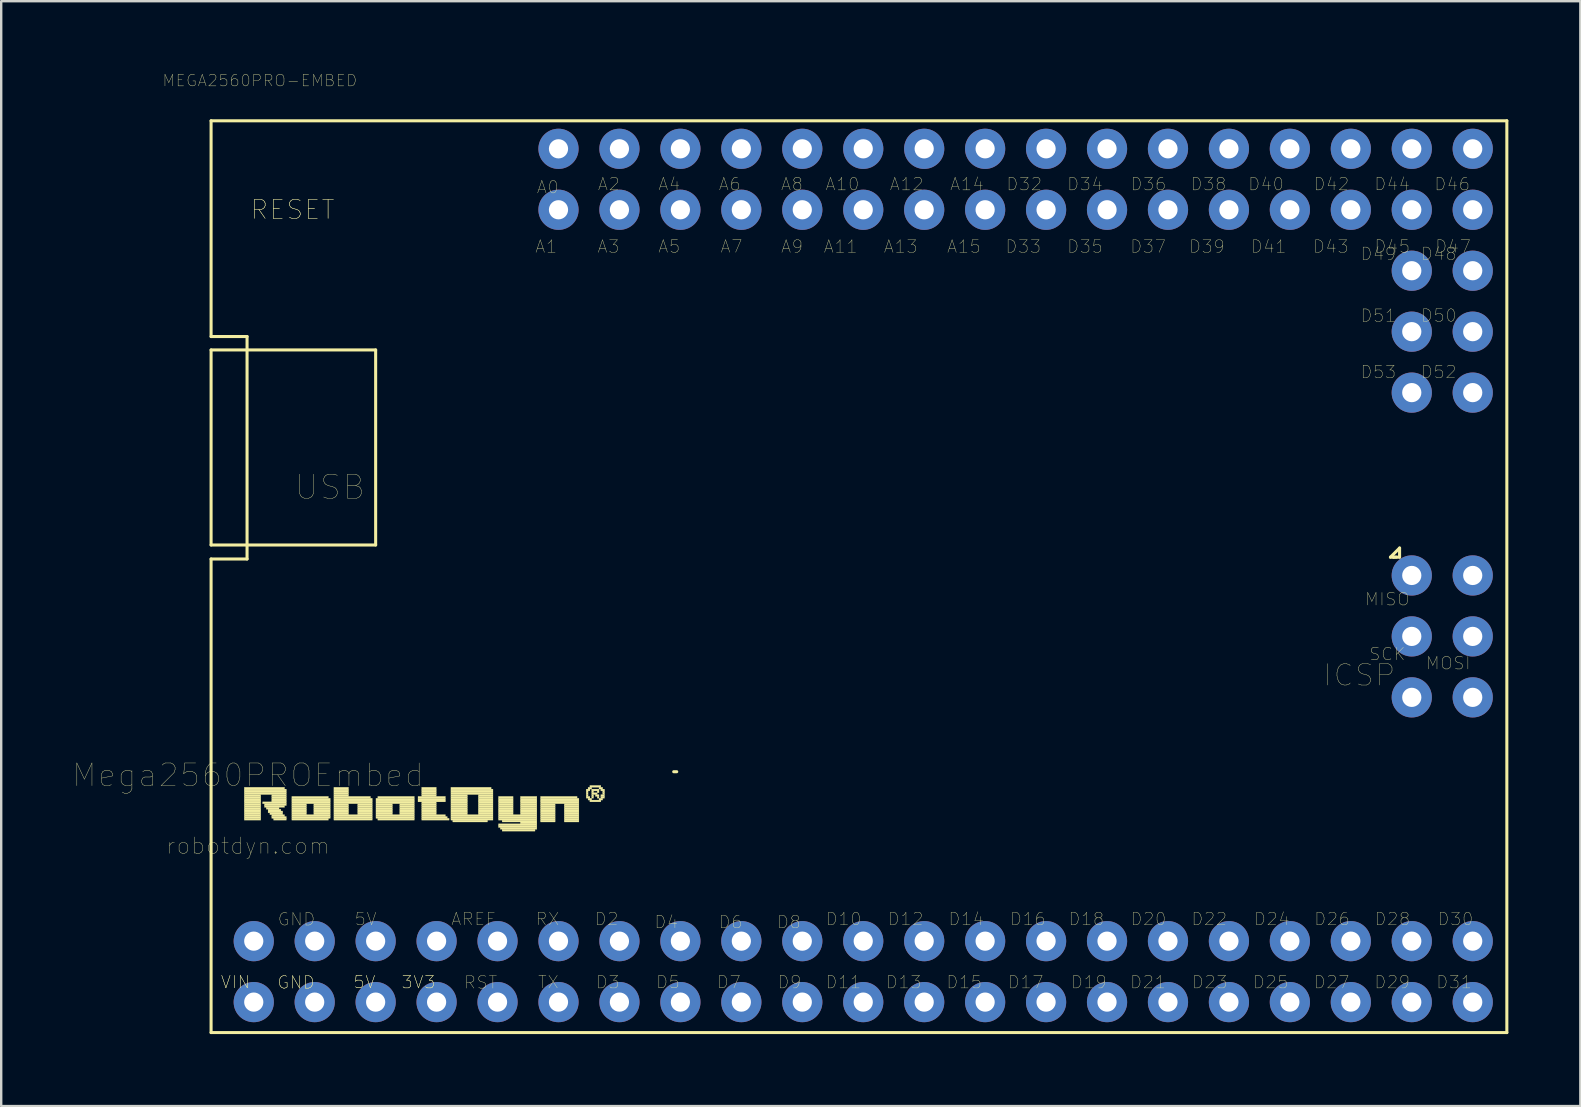
<source format=kicad_pcb>
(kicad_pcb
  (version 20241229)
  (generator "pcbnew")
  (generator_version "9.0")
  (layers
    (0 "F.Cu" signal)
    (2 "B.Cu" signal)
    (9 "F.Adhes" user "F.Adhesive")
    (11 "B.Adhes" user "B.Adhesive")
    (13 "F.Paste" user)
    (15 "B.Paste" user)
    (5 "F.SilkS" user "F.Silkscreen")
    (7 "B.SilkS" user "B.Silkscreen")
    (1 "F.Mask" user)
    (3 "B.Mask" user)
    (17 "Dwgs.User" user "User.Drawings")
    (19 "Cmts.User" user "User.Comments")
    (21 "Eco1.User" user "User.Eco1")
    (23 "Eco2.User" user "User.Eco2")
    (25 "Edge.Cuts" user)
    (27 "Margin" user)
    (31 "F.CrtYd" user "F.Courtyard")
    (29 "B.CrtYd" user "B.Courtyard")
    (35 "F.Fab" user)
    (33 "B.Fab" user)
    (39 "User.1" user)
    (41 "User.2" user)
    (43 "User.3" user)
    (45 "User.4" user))
  (footprint "MEGA2560PRO-EMBED"
    (layer "F.Cu")
    (at 40.545 19.662)
    (property "Reference" "MEGA2560PRO-EMBED" (at -32.766 -19.355 180) (layer "F.SilkS") (effects (font (size 0.48 0.48) (thickness 0.015))))
    (attr through_hole)
    (fp_line (start -34.798 -17.678) (end 19.202 -17.678) (stroke (width 0.127) (type solid)) (layer "F.SilkS"))
    (fp_line (start -34.798 -8.687) (end -34.798 -17.678) (stroke (width 0.127) (type solid)) (layer "F.SilkS"))
    (fp_line (start -34.798 -8.687) (end -33.299 -8.687) (stroke (width 0.127) (type solid)) (layer "F.SilkS"))
    (fp_line (start -34.798 -8.128) (end -34.798 0) (stroke (width 0.127) (type solid)) (layer "F.SilkS"))
    (fp_line (start -34.798 0) (end -27.94 0) (stroke (width 0.127) (type solid)) (layer "F.SilkS"))
    (fp_line (start -34.798 0.584) (end -33.299 0.584) (stroke (width 0.127) (type solid)) (layer "F.SilkS"))
    (fp_line (start -34.798 20.32) (end -34.798 0.584) (stroke (width 0.127) (type solid)) (layer "F.SilkS"))
    (fp_line (start -34.798 20.32) (end 19.202 20.32) (stroke (width 0.127) (type solid)) (layer "F.SilkS"))
    (fp_line (start -33.299 0.584) (end -33.299 -8.687) (stroke (width 0.127) (type solid)) (layer "F.SilkS"))
    (fp_line (start -27.94 -8.128) (end -34.798 -8.128) (stroke (width 0.127) (type solid)) (layer "F.SilkS"))
    (fp_line (start -27.94 0) (end -27.94 -8.128) (stroke (width 0.127) (type solid)) (layer "F.SilkS"))
    (fp_line (start -15.519 9.449) (end -15.392 9.449) (stroke (width 0.127) (type solid)) (layer "F.SilkS"))
    (fp_line (start 14.351 0.508) (end 14.732 0.127) (stroke (width 0.127) (type solid)) (layer "F.SilkS"))
    (fp_line (start 14.478 0.508) (end 14.351 0.508) (stroke (width 0.127) (type solid)) (layer "F.SilkS"))
    (fp_line (start 14.605 0.508) (end 14.478 0.508) (stroke (width 0.127) (type solid)) (layer "F.SilkS"))
    (fp_line (start 14.732 0.127) (end 14.732 0.508) (stroke (width 0.127) (type solid)) (layer "F.SilkS"))
    (fp_line (start 14.732 0.508) (end 14.478 0.508) (stroke (width 0.127) (type solid)) (layer "F.SilkS"))
    (fp_line (start 19.202 20.32) (end 19.202 -17.678) (stroke (width 0.127) (type solid)) (layer "F.SilkS"))
    (fp_poly (pts (xy -33.414 10.097) (xy -31.737 10.097) (xy -31.737 10.173) (xy -33.414 10.173)) (stroke (width 0.01) (type solid)) (fill yes) (layer "F.SilkS"))
    (fp_poly (pts (xy -33.414 10.173) (xy -31.661 10.173) (xy -31.661 10.249) (xy -33.414 10.249)) (stroke (width 0.01) (type solid)) (fill yes) (layer "F.SilkS"))
    (fp_poly (pts (xy -33.414 10.249) (xy -31.661 10.249) (xy -31.661 10.325) (xy -33.414 10.325)) (stroke (width 0.01) (type solid)) (fill yes) (layer "F.SilkS"))
    (fp_poly (pts (xy -33.414 10.325) (xy -31.661 10.325) (xy -31.661 10.401) (xy -33.414 10.401)) (stroke (width 0.01) (type solid)) (fill yes) (layer "F.SilkS"))
    (fp_poly (pts (xy -33.414 10.401) (xy -32.728 10.401) (xy -32.728 10.477) (xy -33.414 10.477)) (stroke (width 0.01) (type solid)) (fill yes) (layer "F.SilkS"))
    (fp_poly (pts (xy -33.414 10.477) (xy -32.728 10.477) (xy -32.728 10.554) (xy -33.414 10.554)) (stroke (width 0.01) (type solid)) (fill yes) (layer "F.SilkS"))
    (fp_poly (pts (xy -33.414 10.554) (xy -32.728 10.554) (xy -32.728 10.63) (xy -33.414 10.63)) (stroke (width 0.01) (type solid)) (fill yes) (layer "F.SilkS"))
    (fp_poly (pts (xy -33.414 10.63) (xy -32.728 10.63) (xy -32.728 10.706) (xy -33.414 10.706)) (stroke (width 0.01) (type solid)) (fill yes) (layer "F.SilkS"))
    (fp_poly (pts (xy -33.414 10.706) (xy -32.728 10.706) (xy -32.728 10.782) (xy -33.414 10.782)) (stroke (width 0.01) (type solid)) (fill yes) (layer "F.SilkS"))
    (fp_poly (pts (xy -33.414 10.782) (xy -32.728 10.782) (xy -32.728 10.858) (xy -33.414 10.858)) (stroke (width 0.01) (type solid)) (fill yes) (layer "F.SilkS"))
    (fp_poly (pts (xy -33.414 10.858) (xy -32.728 10.858) (xy -32.728 10.935) (xy -33.414 10.935)) (stroke (width 0.01) (type solid)) (fill yes) (layer "F.SilkS"))
    (fp_poly (pts (xy -33.414 10.935) (xy -32.728 10.935) (xy -32.728 11.011) (xy -33.414 11.011)) (stroke (width 0.01) (type solid)) (fill yes) (layer "F.SilkS"))
    (fp_poly (pts (xy -33.414 11.011) (xy -32.728 11.011) (xy -32.728 11.087) (xy -33.414 11.087)) (stroke (width 0.01) (type solid)) (fill yes) (layer "F.SilkS"))
    (fp_poly (pts (xy -33.414 11.087) (xy -32.728 11.087) (xy -32.728 11.163) (xy -33.414 11.163)) (stroke (width 0.01) (type solid)) (fill yes) (layer "F.SilkS"))
    (fp_poly (pts (xy -33.414 11.163) (xy -32.728 11.163) (xy -32.728 11.239) (xy -33.414 11.239)) (stroke (width 0.01) (type solid)) (fill yes) (layer "F.SilkS"))
    (fp_poly (pts (xy -33.414 11.239) (xy -32.728 11.239) (xy -32.728 11.316) (xy -33.414 11.316)) (stroke (width 0.01) (type solid)) (fill yes) (layer "F.SilkS"))
    (fp_poly (pts (xy -33.414 11.316) (xy -32.728 11.316) (xy -32.728 11.392) (xy -33.414 11.392)) (stroke (width 0.01) (type solid)) (fill yes) (layer "F.SilkS"))
    (fp_poly (pts (xy -33.414 11.392) (xy -32.728 11.392) (xy -32.728 11.468) (xy -33.414 11.468)) (stroke (width 0.01) (type solid)) (fill yes) (layer "F.SilkS"))
    (fp_poly (pts (xy -32.652 10.706) (xy -31.661 10.706) (xy -31.661 10.782) (xy -32.652 10.782)) (stroke (width 0.01) (type solid)) (fill yes) (layer "F.SilkS"))
    (fp_poly (pts (xy -32.575 10.782) (xy -31.661 10.782) (xy -31.661 10.858) (xy -32.575 10.858)) (stroke (width 0.01) (type solid)) (fill yes) (layer "F.SilkS"))
    (fp_poly (pts (xy -32.575 10.858) (xy -31.737 10.858) (xy -31.737 10.935) (xy -32.575 10.935)) (stroke (width 0.01) (type solid)) (fill yes) (layer "F.SilkS"))
    (fp_poly (pts (xy -32.499 10.935) (xy -31.966 10.935) (xy -31.966 11.011) (xy -32.499 11.011)) (stroke (width 0.01) (type solid)) (fill yes) (layer "F.SilkS"))
    (fp_poly (pts (xy -32.423 11.011) (xy -31.89 11.011) (xy -31.89 11.087) (xy -32.423 11.087)) (stroke (width 0.01) (type solid)) (fill yes) (layer "F.SilkS"))
    (fp_poly (pts (xy -32.423 11.087) (xy -31.814 11.087) (xy -31.814 11.163) (xy -32.423 11.163)) (stroke (width 0.01) (type solid)) (fill yes) (layer "F.SilkS"))
    (fp_poly (pts (xy -32.347 11.163) (xy -31.814 11.163) (xy -31.814 11.239) (xy -32.347 11.239)) (stroke (width 0.01) (type solid)) (fill yes) (layer "F.SilkS"))
    (fp_poly (pts (xy -32.271 10.401) (xy -31.661 10.401) (xy -31.661 10.477) (xy -32.271 10.477)) (stroke (width 0.01) (type solid)) (fill yes) (layer "F.SilkS"))
    (fp_poly (pts (xy -32.271 10.477) (xy -31.661 10.477) (xy -31.661 10.554) (xy -32.271 10.554)) (stroke (width 0.01) (type solid)) (fill yes) (layer "F.SilkS"))
    (fp_poly (pts (xy -32.271 10.554) (xy -31.661 10.554) (xy -31.661 10.63) (xy -32.271 10.63)) (stroke (width 0.01) (type solid)) (fill yes) (layer "F.SilkS"))
    (fp_poly (pts (xy -32.271 10.63) (xy -31.661 10.63) (xy -31.661 10.706) (xy -32.271 10.706)) (stroke (width 0.01) (type solid)) (fill yes) (layer "F.SilkS"))
    (fp_poly (pts (xy -32.271 11.239) (xy -31.737 11.239) (xy -31.737 11.316) (xy -32.271 11.316)) (stroke (width 0.01) (type solid)) (fill yes) (layer "F.SilkS"))
    (fp_poly (pts (xy -32.271 11.316) (xy -31.661 11.316) (xy -31.661 11.392) (xy -32.271 11.392)) (stroke (width 0.01) (type solid)) (fill yes) (layer "F.SilkS"))
    (fp_poly (pts (xy -32.194 11.392) (xy -31.661 11.392) (xy -31.661 11.468) (xy -32.194 11.468)) (stroke (width 0.01) (type solid)) (fill yes) (layer "F.SilkS"))
    (fp_poly (pts (xy -31.433 10.477) (xy -29.909 10.477) (xy -29.909 10.554) (xy -31.433 10.554)) (stroke (width 0.01) (type solid)) (fill yes) (layer "F.SilkS"))
    (fp_poly (pts (xy -31.433 10.554) (xy -29.832 10.554) (xy -29.832 10.63) (xy -31.433 10.63)) (stroke (width 0.01) (type solid)) (fill yes) (layer "F.SilkS"))
    (fp_poly (pts (xy -31.433 10.63) (xy -29.832 10.63) (xy -29.832 10.706) (xy -31.433 10.706)) (stroke (width 0.01) (type solid)) (fill yes) (layer "F.SilkS"))
    (fp_poly (pts (xy -31.433 10.706) (xy -29.832 10.706) (xy -29.832 10.782) (xy -31.433 10.782)) (stroke (width 0.01) (type solid)) (fill yes) (layer "F.SilkS"))
    (fp_poly (pts (xy -31.433 10.782) (xy -30.823 10.782) (xy -30.823 10.858) (xy -31.433 10.858)) (stroke (width 0.01) (type solid)) (fill yes) (layer "F.SilkS"))
    (fp_poly (pts (xy -31.433 10.858) (xy -30.823 10.858) (xy -30.823 10.935) (xy -31.433 10.935)) (stroke (width 0.01) (type solid)) (fill yes) (layer "F.SilkS"))
    (fp_poly (pts (xy -31.433 10.935) (xy -30.823 10.935) (xy -30.823 11.011) (xy -31.433 11.011)) (stroke (width 0.01) (type solid)) (fill yes) (layer "F.SilkS"))
    (fp_poly (pts (xy -31.433 11.011) (xy -30.823 11.011) (xy -30.823 11.087) (xy -31.433 11.087)) (stroke (width 0.01) (type solid)) (fill yes) (layer "F.SilkS"))
    (fp_poly (pts (xy -31.433 11.087) (xy -30.823 11.087) (xy -30.823 11.163) (xy -31.433 11.163)) (stroke (width 0.01) (type solid)) (fill yes) (layer "F.SilkS"))
    (fp_poly (pts (xy -31.433 11.163) (xy -30.823 11.163) (xy -30.823 11.239) (xy -31.433 11.239)) (stroke (width 0.01) (type solid)) (fill yes) (layer "F.SilkS"))
    (fp_poly (pts (xy -31.433 11.239) (xy -29.832 11.239) (xy -29.832 11.316) (xy -31.433 11.316)) (stroke (width 0.01) (type solid)) (fill yes) (layer "F.SilkS"))
    (fp_poly (pts (xy -31.433 11.316) (xy -29.832 11.316) (xy -29.832 11.392) (xy -31.433 11.392)) (stroke (width 0.01) (type solid)) (fill yes) (layer "F.SilkS"))
    (fp_poly (pts (xy -31.433 11.392) (xy -29.909 11.392) (xy -29.909 11.468) (xy -31.433 11.468)) (stroke (width 0.01) (type solid)) (fill yes) (layer "F.SilkS"))
    (fp_poly (pts (xy -30.518 10.782) (xy -29.832 10.782) (xy -29.832 10.858) (xy -30.518 10.858)) (stroke (width 0.01) (type solid)) (fill yes) (layer "F.SilkS"))
    (fp_poly (pts (xy -30.518 10.858) (xy -29.832 10.858) (xy -29.832 10.935) (xy -30.518 10.935)) (stroke (width 0.01) (type solid)) (fill yes) (layer "F.SilkS"))
    (fp_poly (pts (xy -30.518 10.935) (xy -29.832 10.935) (xy -29.832 11.011) (xy -30.518 11.011)) (stroke (width 0.01) (type solid)) (fill yes) (layer "F.SilkS"))
    (fp_poly (pts (xy -30.518 11.011) (xy -29.832 11.011) (xy -29.832 11.087) (xy -30.518 11.087)) (stroke (width 0.01) (type solid)) (fill yes) (layer "F.SilkS"))
    (fp_poly (pts (xy -30.518 11.087) (xy -29.832 11.087) (xy -29.832 11.163) (xy -30.518 11.163)) (stroke (width 0.01) (type solid)) (fill yes) (layer "F.SilkS"))
    (fp_poly (pts (xy -30.518 11.163) (xy -29.832 11.163) (xy -29.832 11.239) (xy -30.518 11.239)) (stroke (width 0.01) (type solid)) (fill yes) (layer "F.SilkS"))
    (fp_poly (pts (xy -29.68 10.097) (xy -29.07 10.097) (xy -29.07 10.173) (xy -29.68 10.173)) (stroke (width 0.01) (type solid)) (fill yes) (layer "F.SilkS"))
    (fp_poly (pts (xy -29.68 10.173) (xy -29.07 10.173) (xy -29.07 10.249) (xy -29.68 10.249)) (stroke (width 0.01) (type solid)) (fill yes) (layer "F.SilkS"))
    (fp_poly (pts (xy -29.68 10.249) (xy -29.07 10.249) (xy -29.07 10.325) (xy -29.68 10.325)) (stroke (width 0.01) (type solid)) (fill yes) (layer "F.SilkS"))
    (fp_poly (pts (xy -29.68 10.325) (xy -29.07 10.325) (xy -29.07 10.401) (xy -29.68 10.401)) (stroke (width 0.01) (type solid)) (fill yes) (layer "F.SilkS"))
    (fp_poly (pts (xy -29.68 10.401) (xy -29.07 10.401) (xy -29.07 10.477) (xy -29.68 10.477)) (stroke (width 0.01) (type solid)) (fill yes) (layer "F.SilkS"))
    (fp_poly (pts (xy -29.68 10.477) (xy -28.156 10.477) (xy -28.156 10.554) (xy -29.68 10.554)) (stroke (width 0.01) (type solid)) (fill yes) (layer "F.SilkS"))
    (fp_poly (pts (xy -29.68 10.554) (xy -28.08 10.554) (xy -28.08 10.63) (xy -29.68 10.63)) (stroke (width 0.01) (type solid)) (fill yes) (layer "F.SilkS"))
    (fp_poly (pts (xy -29.68 10.63) (xy -28.08 10.63) (xy -28.08 10.706) (xy -29.68 10.706)) (stroke (width 0.01) (type solid)) (fill yes) (layer "F.SilkS"))
    (fp_poly (pts (xy -29.68 10.706) (xy -28.08 10.706) (xy -28.08 10.782) (xy -29.68 10.782)) (stroke (width 0.01) (type solid)) (fill yes) (layer "F.SilkS"))
    (fp_poly (pts (xy -29.68 10.782) (xy -29.07 10.782) (xy -29.07 10.858) (xy -29.68 10.858)) (stroke (width 0.01) (type solid)) (fill yes) (layer "F.SilkS"))
    (fp_poly (pts (xy -29.68 10.858) (xy -29.07 10.858) (xy -29.07 10.935) (xy -29.68 10.935)) (stroke (width 0.01) (type solid)) (fill yes) (layer "F.SilkS"))
    (fp_poly (pts (xy -29.68 10.935) (xy -29.07 10.935) (xy -29.07 11.011) (xy -29.68 11.011)) (stroke (width 0.01) (type solid)) (fill yes) (layer "F.SilkS"))
    (fp_poly (pts (xy -29.68 11.011) (xy -29.07 11.011) (xy -29.07 11.087) (xy -29.68 11.087)) (stroke (width 0.01) (type solid)) (fill yes) (layer "F.SilkS"))
    (fp_poly (pts (xy -29.68 11.087) (xy -29.07 11.087) (xy -29.07 11.163) (xy -29.68 11.163)) (stroke (width 0.01) (type solid)) (fill yes) (layer "F.SilkS"))
    (fp_poly (pts (xy -29.68 11.163) (xy -29.07 11.163) (xy -29.07 11.239) (xy -29.68 11.239)) (stroke (width 0.01) (type solid)) (fill yes) (layer "F.SilkS"))
    (fp_poly (pts (xy -29.68 11.239) (xy -28.08 11.239) (xy -28.08 11.316) (xy -29.68 11.316)) (stroke (width 0.01) (type solid)) (fill yes) (layer "F.SilkS"))
    (fp_poly (pts (xy -29.68 11.316) (xy -28.08 11.316) (xy -28.08 11.392) (xy -29.68 11.392)) (stroke (width 0.01) (type solid)) (fill yes) (layer "F.SilkS"))
    (fp_poly (pts (xy -29.68 11.392) (xy -28.08 11.392) (xy -28.08 11.468) (xy -29.68 11.468)) (stroke (width 0.01) (type solid)) (fill yes) (layer "F.SilkS"))
    (fp_poly (pts (xy -28.689 10.782) (xy -28.08 10.782) (xy -28.08 10.858) (xy -28.689 10.858)) (stroke (width 0.01) (type solid)) (fill yes) (layer "F.SilkS"))
    (fp_poly (pts (xy -28.689 10.858) (xy -28.08 10.858) (xy -28.08 10.935) (xy -28.689 10.935)) (stroke (width 0.01) (type solid)) (fill yes) (layer "F.SilkS"))
    (fp_poly (pts (xy -28.689 10.935) (xy -28.08 10.935) (xy -28.08 11.011) (xy -28.689 11.011)) (stroke (width 0.01) (type solid)) (fill yes) (layer "F.SilkS"))
    (fp_poly (pts (xy -28.689 11.011) (xy -28.08 11.011) (xy -28.08 11.087) (xy -28.689 11.087)) (stroke (width 0.01) (type solid)) (fill yes) (layer "F.SilkS"))
    (fp_poly (pts (xy -28.689 11.087) (xy -28.08 11.087) (xy -28.08 11.163) (xy -28.689 11.163)) (stroke (width 0.01) (type solid)) (fill yes) (layer "F.SilkS"))
    (fp_poly (pts (xy -28.689 11.163) (xy -28.08 11.163) (xy -28.08 11.239) (xy -28.689 11.239)) (stroke (width 0.01) (type solid)) (fill yes) (layer "F.SilkS"))
    (fp_poly (pts (xy -27.927 10.554) (xy -26.327 10.554) (xy -26.327 10.63) (xy -27.927 10.63)) (stroke (width 0.01) (type solid)) (fill yes) (layer "F.SilkS"))
    (fp_poly (pts (xy -27.927 10.63) (xy -26.327 10.63) (xy -26.327 10.706) (xy -27.927 10.706)) (stroke (width 0.01) (type solid)) (fill yes) (layer "F.SilkS"))
    (fp_poly (pts (xy -27.927 10.706) (xy -26.327 10.706) (xy -26.327 10.782) (xy -27.927 10.782)) (stroke (width 0.01) (type solid)) (fill yes) (layer "F.SilkS"))
    (fp_poly (pts (xy -27.927 10.782) (xy -27.241 10.782) (xy -27.241 10.858) (xy -27.927 10.858)) (stroke (width 0.01) (type solid)) (fill yes) (layer "F.SilkS"))
    (fp_poly (pts (xy -27.927 10.858) (xy -27.241 10.858) (xy -27.241 10.935) (xy -27.927 10.935)) (stroke (width 0.01) (type solid)) (fill yes) (layer "F.SilkS"))
    (fp_poly (pts (xy -27.927 10.935) (xy -27.241 10.935) (xy -27.241 11.011) (xy -27.927 11.011)) (stroke (width 0.01) (type solid)) (fill yes) (layer "F.SilkS"))
    (fp_poly (pts (xy -27.927 11.011) (xy -27.241 11.011) (xy -27.241 11.087) (xy -27.927 11.087)) (stroke (width 0.01) (type solid)) (fill yes) (layer "F.SilkS"))
    (fp_poly (pts (xy -27.927 11.087) (xy -27.241 11.087) (xy -27.241 11.163) (xy -27.927 11.163)) (stroke (width 0.01) (type solid)) (fill yes) (layer "F.SilkS"))
    (fp_poly (pts (xy -27.927 11.163) (xy -27.241 11.163) (xy -27.241 11.239) (xy -27.927 11.239)) (stroke (width 0.01) (type solid)) (fill yes) (layer "F.SilkS"))
    (fp_poly (pts (xy -27.927 11.239) (xy -26.327 11.239) (xy -26.327 11.316) (xy -27.927 11.316)) (stroke (width 0.01) (type solid)) (fill yes) (layer "F.SilkS"))
    (fp_poly (pts (xy -27.927 11.316) (xy -26.327 11.316) (xy -26.327 11.392) (xy -27.927 11.392)) (stroke (width 0.01) (type solid)) (fill yes) (layer "F.SilkS"))
    (fp_poly (pts (xy -27.851 10.477) (xy -26.327 10.477) (xy -26.327 10.554) (xy -27.851 10.554)) (stroke (width 0.01) (type solid)) (fill yes) (layer "F.SilkS"))
    (fp_poly (pts (xy -27.851 11.392) (xy -26.327 11.392) (xy -26.327 11.468) (xy -27.851 11.468)) (stroke (width 0.01) (type solid)) (fill yes) (layer "F.SilkS"))
    (fp_poly (pts (xy -26.937 10.782) (xy -26.327 10.782) (xy -26.327 10.858) (xy -26.937 10.858)) (stroke (width 0.01) (type solid)) (fill yes) (layer "F.SilkS"))
    (fp_poly (pts (xy -26.937 10.858) (xy -26.327 10.858) (xy -26.327 10.935) (xy -26.937 10.935)) (stroke (width 0.01) (type solid)) (fill yes) (layer "F.SilkS"))
    (fp_poly (pts (xy -26.937 10.935) (xy -26.327 10.935) (xy -26.327 11.011) (xy -26.937 11.011)) (stroke (width 0.01) (type solid)) (fill yes) (layer "F.SilkS"))
    (fp_poly (pts (xy -26.937 11.011) (xy -26.327 11.011) (xy -26.327 11.087) (xy -26.937 11.087)) (stroke (width 0.01) (type solid)) (fill yes) (layer "F.SilkS"))
    (fp_poly (pts (xy -26.937 11.087) (xy -26.327 11.087) (xy -26.327 11.163) (xy -26.937 11.163)) (stroke (width 0.01) (type solid)) (fill yes) (layer "F.SilkS"))
    (fp_poly (pts (xy -26.937 11.163) (xy -26.327 11.163) (xy -26.327 11.239) (xy -26.937 11.239)) (stroke (width 0.01) (type solid)) (fill yes) (layer "F.SilkS"))
    (fp_poly (pts (xy -26.175 10.477) (xy -25.032 10.477) (xy -25.032 10.554) (xy -26.175 10.554)) (stroke (width 0.01) (type solid)) (fill yes) (layer "F.SilkS"))
    (fp_poly (pts (xy -26.175 10.554) (xy -25.032 10.554) (xy -25.032 10.63) (xy -26.175 10.63)) (stroke (width 0.01) (type solid)) (fill yes) (layer "F.SilkS"))
    (fp_poly (pts (xy -26.175 10.63) (xy -25.032 10.63) (xy -25.032 10.706) (xy -26.175 10.706)) (stroke (width 0.01) (type solid)) (fill yes) (layer "F.SilkS"))
    (fp_poly (pts (xy -26.022 10.097) (xy -25.413 10.097) (xy -25.413 10.173) (xy -26.022 10.173)) (stroke (width 0.01) (type solid)) (fill yes) (layer "F.SilkS"))
    (fp_poly (pts (xy -26.022 10.173) (xy -25.413 10.173) (xy -25.413 10.249) (xy -26.022 10.249)) (stroke (width 0.01) (type solid)) (fill yes) (layer "F.SilkS"))
    (fp_poly (pts (xy -26.022 10.249) (xy -25.413 10.249) (xy -25.413 10.325) (xy -26.022 10.325)) (stroke (width 0.01) (type solid)) (fill yes) (layer "F.SilkS"))
    (fp_poly (pts (xy -26.022 10.325) (xy -25.413 10.325) (xy -25.413 10.401) (xy -26.022 10.401)) (stroke (width 0.01) (type solid)) (fill yes) (layer "F.SilkS"))
    (fp_poly (pts (xy -26.022 10.401) (xy -25.413 10.401) (xy -25.413 10.477) (xy -26.022 10.477)) (stroke (width 0.01) (type solid)) (fill yes) (layer "F.SilkS"))
    (fp_poly (pts (xy -26.022 10.706) (xy -25.413 10.706) (xy -25.413 10.782) (xy -26.022 10.782)) (stroke (width 0.01) (type solid)) (fill yes) (layer "F.SilkS"))
    (fp_poly (pts (xy -26.022 10.782) (xy -25.413 10.782) (xy -25.413 10.858) (xy -26.022 10.858)) (stroke (width 0.01) (type solid)) (fill yes) (layer "F.SilkS"))
    (fp_poly (pts (xy -26.022 10.858) (xy -25.413 10.858) (xy -25.413 10.935) (xy -26.022 10.935)) (stroke (width 0.01) (type solid)) (fill yes) (layer "F.SilkS"))
    (fp_poly (pts (xy -26.022 10.935) (xy -25.413 10.935) (xy -25.413 11.011) (xy -26.022 11.011)) (stroke (width 0.01) (type solid)) (fill yes) (layer "F.SilkS"))
    (fp_poly (pts (xy -26.022 11.011) (xy -25.413 11.011) (xy -25.413 11.087) (xy -26.022 11.087)) (stroke (width 0.01) (type solid)) (fill yes) (layer "F.SilkS"))
    (fp_poly (pts (xy -26.022 11.087) (xy -25.413 11.087) (xy -25.413 11.163) (xy -26.022 11.163)) (stroke (width 0.01) (type solid)) (fill yes) (layer "F.SilkS"))
    (fp_poly (pts (xy -26.022 11.163) (xy -25.413 11.163) (xy -25.413 11.239) (xy -26.022 11.239)) (stroke (width 0.01) (type solid)) (fill yes) (layer "F.SilkS"))
    (fp_poly (pts (xy -26.022 11.239) (xy -25.032 11.239) (xy -25.032 11.316) (xy -26.022 11.316)) (stroke (width 0.01) (type solid)) (fill yes) (layer "F.SilkS"))
    (fp_poly (pts (xy -26.022 11.316) (xy -24.956 11.316) (xy -24.956 11.392) (xy -26.022 11.392)) (stroke (width 0.01) (type solid)) (fill yes) (layer "F.SilkS"))
    (fp_poly (pts (xy -26.022 11.392) (xy -24.879 11.392) (xy -24.879 11.468) (xy -26.022 11.468)) (stroke (width 0.01) (type solid)) (fill yes) (layer "F.SilkS"))
    (fp_poly (pts (xy -24.803 10.097) (xy -23.127 10.097) (xy -23.127 10.173) (xy -24.803 10.173)) (stroke (width 0.01) (type solid)) (fill yes) (layer "F.SilkS"))
    (fp_poly (pts (xy -24.803 10.173) (xy -23.05 10.173) (xy -23.05 10.249) (xy -24.803 10.249)) (stroke (width 0.01) (type solid)) (fill yes) (layer "F.SilkS"))
    (fp_poly (pts (xy -24.803 10.249) (xy -23.05 10.249) (xy -23.05 10.325) (xy -24.803 10.325)) (stroke (width 0.01) (type solid)) (fill yes) (layer "F.SilkS"))
    (fp_poly (pts (xy -24.803 10.325) (xy -23.05 10.325) (xy -23.05 10.401) (xy -24.803 10.401)) (stroke (width 0.01) (type solid)) (fill yes) (layer "F.SilkS"))
    (fp_poly (pts (xy -24.803 10.401) (xy -24.117 10.401) (xy -24.117 10.477) (xy -24.803 10.477)) (stroke (width 0.01) (type solid)) (fill yes) (layer "F.SilkS"))
    (fp_poly (pts (xy -24.803 10.477) (xy -24.117 10.477) (xy -24.117 10.554) (xy -24.803 10.554)) (stroke (width 0.01) (type solid)) (fill yes) (layer "F.SilkS"))
    (fp_poly (pts (xy -24.803 10.554) (xy -24.117 10.554) (xy -24.117 10.63) (xy -24.803 10.63)) (stroke (width 0.01) (type solid)) (fill yes) (layer "F.SilkS"))
    (fp_poly (pts (xy -24.803 10.63) (xy -24.117 10.63) (xy -24.117 10.706) (xy -24.803 10.706)) (stroke (width 0.01) (type solid)) (fill yes) (layer "F.SilkS"))
    (fp_poly (pts (xy -24.803 10.706) (xy -24.117 10.706) (xy -24.117 10.782) (xy -24.803 10.782)) (stroke (width 0.01) (type solid)) (fill yes) (layer "F.SilkS"))
    (fp_poly (pts (xy -24.803 10.782) (xy -24.117 10.782) (xy -24.117 10.858) (xy -24.803 10.858)) (stroke (width 0.01) (type solid)) (fill yes) (layer "F.SilkS"))
    (fp_poly (pts (xy -24.803 10.858) (xy -24.117 10.858) (xy -24.117 10.935) (xy -24.803 10.935)) (stroke (width 0.01) (type solid)) (fill yes) (layer "F.SilkS"))
    (fp_poly (pts (xy -24.803 10.935) (xy -24.117 10.935) (xy -24.117 11.011) (xy -24.803 11.011)) (stroke (width 0.01) (type solid)) (fill yes) (layer "F.SilkS"))
    (fp_poly (pts (xy -24.803 11.011) (xy -24.117 11.011) (xy -24.117 11.087) (xy -24.803 11.087)) (stroke (width 0.01) (type solid)) (fill yes) (layer "F.SilkS"))
    (fp_poly (pts (xy -24.803 11.087) (xy -24.117 11.087) (xy -24.117 11.163) (xy -24.803 11.163)) (stroke (width 0.01) (type solid)) (fill yes) (layer "F.SilkS"))
    (fp_poly (pts (xy -24.803 11.163) (xy -24.117 11.163) (xy -24.117 11.239) (xy -24.803 11.239)) (stroke (width 0.01) (type solid)) (fill yes) (layer "F.SilkS"))
    (fp_poly (pts (xy -24.803 11.239) (xy -23.05 11.239) (xy -23.05 11.316) (xy -24.803 11.316)) (stroke (width 0.01) (type solid)) (fill yes) (layer "F.SilkS"))
    (fp_poly (pts (xy -24.803 11.316) (xy -23.05 11.316) (xy -23.05 11.392) (xy -24.803 11.392)) (stroke (width 0.01) (type solid)) (fill yes) (layer "F.SilkS"))
    (fp_poly (pts (xy -24.803 11.392) (xy -23.05 11.392) (xy -23.05 11.468) (xy -24.803 11.468)) (stroke (width 0.01) (type solid)) (fill yes) (layer "F.SilkS"))
    (fp_poly (pts (xy -24.727 11.468) (xy -23.279 11.468) (xy -23.279 11.544) (xy -24.727 11.544)) (stroke (width 0.01) (type solid)) (fill yes) (layer "F.SilkS"))
    (fp_poly (pts (xy -23.66 10.401) (xy -23.05 10.401) (xy -23.05 10.477) (xy -23.66 10.477)) (stroke (width 0.01) (type solid)) (fill yes) (layer "F.SilkS"))
    (fp_poly (pts (xy -23.66 10.477) (xy -23.05 10.477) (xy -23.05 10.554) (xy -23.66 10.554)) (stroke (width 0.01) (type solid)) (fill yes) (layer "F.SilkS"))
    (fp_poly (pts (xy -23.66 10.554) (xy -23.05 10.554) (xy -23.05 10.63) (xy -23.66 10.63)) (stroke (width 0.01) (type solid)) (fill yes) (layer "F.SilkS"))
    (fp_poly (pts (xy -23.66 10.63) (xy -23.05 10.63) (xy -23.05 10.706) (xy -23.66 10.706)) (stroke (width 0.01) (type solid)) (fill yes) (layer "F.SilkS"))
    (fp_poly (pts (xy -23.66 10.706) (xy -23.05 10.706) (xy -23.05 10.782) (xy -23.66 10.782)) (stroke (width 0.01) (type solid)) (fill yes) (layer "F.SilkS"))
    (fp_poly (pts (xy -23.66 10.782) (xy -23.05 10.782) (xy -23.05 10.858) (xy -23.66 10.858)) (stroke (width 0.01) (type solid)) (fill yes) (layer "F.SilkS"))
    (fp_poly (pts (xy -23.66 10.858) (xy -23.05 10.858) (xy -23.05 10.935) (xy -23.66 10.935)) (stroke (width 0.01) (type solid)) (fill yes) (layer "F.SilkS"))
    (fp_poly (pts (xy -23.66 10.935) (xy -23.05 10.935) (xy -23.05 11.011) (xy -23.66 11.011)) (stroke (width 0.01) (type solid)) (fill yes) (layer "F.SilkS"))
    (fp_poly (pts (xy -23.66 11.011) (xy -23.05 11.011) (xy -23.05 11.087) (xy -23.66 11.087)) (stroke (width 0.01) (type solid)) (fill yes) (layer "F.SilkS"))
    (fp_poly (pts (xy -23.66 11.087) (xy -23.05 11.087) (xy -23.05 11.163) (xy -23.66 11.163)) (stroke (width 0.01) (type solid)) (fill yes) (layer "F.SilkS"))
    (fp_poly (pts (xy -23.66 11.163) (xy -23.05 11.163) (xy -23.05 11.239) (xy -23.66 11.239)) (stroke (width 0.01) (type solid)) (fill yes) (layer "F.SilkS"))
    (fp_poly (pts (xy -22.822 10.477) (xy -22.212 10.477) (xy -22.212 10.554) (xy -22.822 10.554)) (stroke (width 0.01) (type solid)) (fill yes) (layer "F.SilkS"))
    (fp_poly (pts (xy -22.822 10.554) (xy -22.212 10.554) (xy -22.212 10.63) (xy -22.822 10.63)) (stroke (width 0.01) (type solid)) (fill yes) (layer "F.SilkS"))
    (fp_poly (pts (xy -22.822 10.63) (xy -22.212 10.63) (xy -22.212 10.706) (xy -22.822 10.706)) (stroke (width 0.01) (type solid)) (fill yes) (layer "F.SilkS"))
    (fp_poly (pts (xy -22.822 10.706) (xy -22.212 10.706) (xy -22.212 10.782) (xy -22.822 10.782)) (stroke (width 0.01) (type solid)) (fill yes) (layer "F.SilkS"))
    (fp_poly (pts (xy -22.822 10.782) (xy -22.212 10.782) (xy -22.212 10.858) (xy -22.822 10.858)) (stroke (width 0.01) (type solid)) (fill yes) (layer "F.SilkS"))
    (fp_poly (pts (xy -22.822 10.858) (xy -22.212 10.858) (xy -22.212 10.935) (xy -22.822 10.935)) (stroke (width 0.01) (type solid)) (fill yes) (layer "F.SilkS"))
    (fp_poly (pts (xy -22.822 10.935) (xy -22.212 10.935) (xy -22.212 11.011) (xy -22.822 11.011)) (stroke (width 0.01) (type solid)) (fill yes) (layer "F.SilkS"))
    (fp_poly (pts (xy -22.822 11.011) (xy -22.212 11.011) (xy -22.212 11.087) (xy -22.822 11.087)) (stroke (width 0.01) (type solid)) (fill yes) (layer "F.SilkS"))
    (fp_poly (pts (xy -22.822 11.087) (xy -22.212 11.087) (xy -22.212 11.163) (xy -22.822 11.163)) (stroke (width 0.01) (type solid)) (fill yes) (layer "F.SilkS"))
    (fp_poly (pts (xy -22.822 11.163) (xy -22.212 11.163) (xy -22.212 11.239) (xy -22.822 11.239)) (stroke (width 0.01) (type solid)) (fill yes) (layer "F.SilkS"))
    (fp_poly (pts (xy -22.822 11.239) (xy -21.222 11.239) (xy -21.222 11.316) (xy -22.822 11.316)) (stroke (width 0.01) (type solid)) (fill yes) (layer "F.SilkS"))
    (fp_poly (pts (xy -22.822 11.316) (xy -21.222 11.316) (xy -21.222 11.392) (xy -22.822 11.392)) (stroke (width 0.01) (type solid)) (fill yes) (layer "F.SilkS"))
    (fp_poly (pts (xy -22.822 11.392) (xy -21.222 11.392) (xy -21.222 11.468) (xy -22.822 11.468)) (stroke (width 0.01) (type solid)) (fill yes) (layer "F.SilkS"))
    (fp_poly (pts (xy -22.822 11.62) (xy -21.222 11.62) (xy -21.222 11.697) (xy -22.822 11.697)) (stroke (width 0.01) (type solid)) (fill yes) (layer "F.SilkS"))
    (fp_poly (pts (xy -22.822 11.697) (xy -21.222 11.697) (xy -21.222 11.773) (xy -22.822 11.773)) (stroke (width 0.01) (type solid)) (fill yes) (layer "F.SilkS"))
    (fp_poly (pts (xy -22.746 11.773) (xy -21.222 11.773) (xy -21.222 11.849) (xy -22.746 11.849)) (stroke (width 0.01) (type solid)) (fill yes) (layer "F.SilkS"))
    (fp_poly (pts (xy -22.669 11.468) (xy -21.222 11.468) (xy -21.222 11.544) (xy -22.669 11.544)) (stroke (width 0.01) (type solid)) (fill yes) (layer "F.SilkS"))
    (fp_poly (pts (xy -22.669 11.849) (xy -21.298 11.849) (xy -21.298 11.925) (xy -22.669 11.925)) (stroke (width 0.01) (type solid)) (fill yes) (layer "F.SilkS"))
    (fp_poly (pts (xy -21.907 10.477) (xy -21.222 10.477) (xy -21.222 10.554) (xy -21.907 10.554)) (stroke (width 0.01) (type solid)) (fill yes) (layer "F.SilkS"))
    (fp_poly (pts (xy -21.907 10.554) (xy -21.222 10.554) (xy -21.222 10.63) (xy -21.907 10.63)) (stroke (width 0.01) (type solid)) (fill yes) (layer "F.SilkS"))
    (fp_poly (pts (xy -21.907 10.63) (xy -21.222 10.63) (xy -21.222 10.706) (xy -21.907 10.706)) (stroke (width 0.01) (type solid)) (fill yes) (layer "F.SilkS"))
    (fp_poly (pts (xy -21.907 10.706) (xy -21.222 10.706) (xy -21.222 10.782) (xy -21.907 10.782)) (stroke (width 0.01) (type solid)) (fill yes) (layer "F.SilkS"))
    (fp_poly (pts (xy -21.907 10.782) (xy -21.222 10.782) (xy -21.222 10.858) (xy -21.907 10.858)) (stroke (width 0.01) (type solid)) (fill yes) (layer "F.SilkS"))
    (fp_poly (pts (xy -21.907 10.858) (xy -21.222 10.858) (xy -21.222 10.935) (xy -21.907 10.935)) (stroke (width 0.01) (type solid)) (fill yes) (layer "F.SilkS"))
    (fp_poly (pts (xy -21.907 10.935) (xy -21.222 10.935) (xy -21.222 11.011) (xy -21.907 11.011)) (stroke (width 0.01) (type solid)) (fill yes) (layer "F.SilkS"))
    (fp_poly (pts (xy -21.907 11.011) (xy -21.222 11.011) (xy -21.222 11.087) (xy -21.907 11.087)) (stroke (width 0.01) (type solid)) (fill yes) (layer "F.SilkS"))
    (fp_poly (pts (xy -21.907 11.087) (xy -21.222 11.087) (xy -21.222 11.163) (xy -21.907 11.163)) (stroke (width 0.01) (type solid)) (fill yes) (layer "F.SilkS"))
    (fp_poly (pts (xy -21.907 11.163) (xy -21.222 11.163) (xy -21.222 11.239) (xy -21.907 11.239)) (stroke (width 0.01) (type solid)) (fill yes) (layer "F.SilkS"))
    (fp_poly (pts (xy -21.907 11.544) (xy -21.222 11.544) (xy -21.222 11.62) (xy -21.907 11.62)) (stroke (width 0.01) (type solid)) (fill yes) (layer "F.SilkS"))
    (fp_poly (pts (xy -21.069 10.477) (xy -19.545 10.477) (xy -19.545 10.554) (xy -21.069 10.554)) (stroke (width 0.01) (type solid)) (fill yes) (layer "F.SilkS"))
    (fp_poly (pts (xy -21.069 10.554) (xy -19.469 10.554) (xy -19.469 10.63) (xy -21.069 10.63)) (stroke (width 0.01) (type solid)) (fill yes) (layer "F.SilkS"))
    (fp_poly (pts (xy -21.069 10.63) (xy -19.469 10.63) (xy -19.469 10.706) (xy -21.069 10.706)) (stroke (width 0.01) (type solid)) (fill yes) (layer "F.SilkS"))
    (fp_poly (pts (xy -21.069 10.706) (xy -19.469 10.706) (xy -19.469 10.782) (xy -21.069 10.782)) (stroke (width 0.01) (type solid)) (fill yes) (layer "F.SilkS"))
    (fp_poly (pts (xy -21.069 10.782) (xy -20.46 10.782) (xy -20.46 10.858) (xy -21.069 10.858)) (stroke (width 0.01) (type solid)) (fill yes) (layer "F.SilkS"))
    (fp_poly (pts (xy -21.069 10.858) (xy -20.46 10.858) (xy -20.46 10.935) (xy -21.069 10.935)) (stroke (width 0.01) (type solid)) (fill yes) (layer "F.SilkS"))
    (fp_poly (pts (xy -21.069 10.935) (xy -20.46 10.935) (xy -20.46 11.011) (xy -21.069 11.011)) (stroke (width 0.01) (type solid)) (fill yes) (layer "F.SilkS"))
    (fp_poly (pts (xy -21.069 11.011) (xy -20.46 11.011) (xy -20.46 11.087) (xy -21.069 11.087)) (stroke (width 0.01) (type solid)) (fill yes) (layer "F.SilkS"))
    (fp_poly (pts (xy -21.069 11.087) (xy -20.46 11.087) (xy -20.46 11.163) (xy -21.069 11.163)) (stroke (width 0.01) (type solid)) (fill yes) (layer "F.SilkS"))
    (fp_poly (pts (xy -21.069 11.163) (xy -20.46 11.163) (xy -20.46 11.239) (xy -21.069 11.239)) (stroke (width 0.01) (type solid)) (fill yes) (layer "F.SilkS"))
    (fp_poly (pts (xy -21.069 11.239) (xy -20.46 11.239) (xy -20.46 11.316) (xy -21.069 11.316)) (stroke (width 0.01) (type solid)) (fill yes) (layer "F.SilkS"))
    (fp_poly (pts (xy -21.069 11.316) (xy -20.46 11.316) (xy -20.46 11.392) (xy -21.069 11.392)) (stroke (width 0.01) (type solid)) (fill yes) (layer "F.SilkS"))
    (fp_poly (pts (xy -21.069 11.392) (xy -20.46 11.392) (xy -20.46 11.468) (xy -21.069 11.468)) (stroke (width 0.01) (type solid)) (fill yes) (layer "F.SilkS"))
    (fp_poly (pts (xy -21.069 11.468) (xy -20.46 11.468) (xy -20.46 11.544) (xy -21.069 11.544)) (stroke (width 0.01) (type solid)) (fill yes) (layer "F.SilkS"))
    (fp_poly (pts (xy -20.079 10.782) (xy -19.469 10.782) (xy -19.469 10.858) (xy -20.079 10.858)) (stroke (width 0.01) (type solid)) (fill yes) (layer "F.SilkS"))
    (fp_poly (pts (xy -20.079 10.858) (xy -19.469 10.858) (xy -19.469 10.935) (xy -20.079 10.935)) (stroke (width 0.01) (type solid)) (fill yes) (layer "F.SilkS"))
    (fp_poly (pts (xy -20.079 10.935) (xy -19.469 10.935) (xy -19.469 11.011) (xy -20.079 11.011)) (stroke (width 0.01) (type solid)) (fill yes) (layer "F.SilkS"))
    (fp_poly (pts (xy -20.079 11.011) (xy -19.469 11.011) (xy -19.469 11.087) (xy -20.079 11.087)) (stroke (width 0.01) (type solid)) (fill yes) (layer "F.SilkS"))
    (fp_poly (pts (xy -20.079 11.087) (xy -19.469 11.087) (xy -19.469 11.163) (xy -20.079 11.163)) (stroke (width 0.01) (type solid)) (fill yes) (layer "F.SilkS"))
    (fp_poly (pts (xy -20.079 11.163) (xy -19.469 11.163) (xy -19.469 11.239) (xy -20.079 11.239)) (stroke (width 0.01) (type solid)) (fill yes) (layer "F.SilkS"))
    (fp_poly (pts (xy -20.079 11.239) (xy -19.469 11.239) (xy -19.469 11.316) (xy -20.079 11.316)) (stroke (width 0.01) (type solid)) (fill yes) (layer "F.SilkS"))
    (fp_poly (pts (xy -20.079 11.316) (xy -19.469 11.316) (xy -19.469 11.392) (xy -20.079 11.392)) (stroke (width 0.01) (type solid)) (fill yes) (layer "F.SilkS"))
    (fp_poly (pts (xy -20.079 11.392) (xy -19.469 11.392) (xy -19.469 11.468) (xy -20.079 11.468)) (stroke (width 0.01) (type solid)) (fill yes) (layer "F.SilkS"))
    (fp_poly (pts (xy -20.079 11.468) (xy -19.469 11.468) (xy -19.469 11.544) (xy -20.079 11.544)) (stroke (width 0.01) (type solid)) (fill yes) (layer "F.SilkS"))
    (fp_poly (pts (xy -19.164 10.173) (xy -19.012 10.173) (xy -19.012 10.249) (xy -19.164 10.249)) (stroke (width 0.01) (type solid)) (fill yes) (layer "F.SilkS"))
    (fp_poly (pts (xy -19.164 10.249) (xy -19.088 10.249) (xy -19.088 10.325) (xy -19.164 10.325)) (stroke (width 0.01) (type solid)) (fill yes) (layer "F.SilkS"))
    (fp_poly (pts (xy -19.164 10.325) (xy -19.088 10.325) (xy -19.088 10.401) (xy -19.164 10.401)) (stroke (width 0.01) (type solid)) (fill yes) (layer "F.SilkS"))
    (fp_poly (pts (xy -19.164 10.401) (xy -19.088 10.401) (xy -19.088 10.477) (xy -19.164 10.477)) (stroke (width 0.01) (type solid)) (fill yes) (layer "F.SilkS"))
    (fp_poly (pts (xy -19.164 10.477) (xy -19.012 10.477) (xy -19.012 10.554) (xy -19.164 10.554)) (stroke (width 0.01) (type solid)) (fill yes) (layer "F.SilkS"))
    (fp_poly (pts (xy -19.088 10.097) (xy -18.936 10.097) (xy -18.936 10.173) (xy -19.088 10.173)) (stroke (width 0.01) (type solid)) (fill yes) (layer "F.SilkS"))
    (fp_poly (pts (xy -19.088 10.554) (xy -18.936 10.554) (xy -18.936 10.63) (xy -19.088 10.63)) (stroke (width 0.01) (type solid)) (fill yes) (layer "F.SilkS"))
    (fp_poly (pts (xy -19.012 10.02) (xy -18.555 10.02) (xy -18.555 10.097) (xy -19.012 10.097)) (stroke (width 0.01) (type solid)) (fill yes) (layer "F.SilkS"))
    (fp_poly (pts (xy -19.012 10.63) (xy -18.555 10.63) (xy -18.555 10.706) (xy -19.012 10.706)) (stroke (width 0.01) (type solid)) (fill yes) (layer "F.SilkS"))
    (fp_poly (pts (xy -18.936 10.173) (xy -18.631 10.173) (xy -18.631 10.249) (xy -18.936 10.249)) (stroke (width 0.01) (type solid)) (fill yes) (layer "F.SilkS"))
    (fp_poly (pts (xy -18.936 10.249) (xy -18.86 10.249) (xy -18.86 10.325) (xy -18.936 10.325)) (stroke (width 0.01) (type solid)) (fill yes) (layer "F.SilkS"))
    (fp_poly (pts (xy -18.936 10.325) (xy -18.707 10.325) (xy -18.707 10.401) (xy -18.936 10.401)) (stroke (width 0.01) (type solid)) (fill yes) (layer "F.SilkS"))
    (fp_poly (pts (xy -18.936 10.401) (xy -18.86 10.401) (xy -18.86 10.477) (xy -18.936 10.477)) (stroke (width 0.01) (type solid)) (fill yes) (layer "F.SilkS"))
    (fp_poly (pts (xy -18.936 10.477) (xy -18.86 10.477) (xy -18.86 10.554) (xy -18.936 10.554)) (stroke (width 0.01) (type solid)) (fill yes) (layer "F.SilkS"))
    (fp_poly (pts (xy -18.783 10.401) (xy -18.631 10.401) (xy -18.631 10.477) (xy -18.783 10.477)) (stroke (width 0.01) (type solid)) (fill yes) (layer "F.SilkS"))
    (fp_poly (pts (xy -18.707 10.249) (xy -18.631 10.249) (xy -18.631 10.325) (xy -18.707 10.325)) (stroke (width 0.01) (type solid)) (fill yes) (layer "F.SilkS"))
    (fp_poly (pts (xy -18.707 10.477) (xy -18.631 10.477) (xy -18.631 10.554) (xy -18.707 10.554)) (stroke (width 0.01) (type solid)) (fill yes) (layer "F.SilkS"))
    (fp_poly (pts (xy -18.631 10.097) (xy -18.479 10.097) (xy -18.479 10.173) (xy -18.631 10.173)) (stroke (width 0.01) (type solid)) (fill yes) (layer "F.SilkS"))
    (fp_poly (pts (xy -18.631 10.554) (xy -18.479 10.554) (xy -18.479 10.63) (xy -18.631 10.63)) (stroke (width 0.01) (type solid)) (fill yes) (layer "F.SilkS"))
    (fp_poly (pts (xy -18.555 10.173) (xy -18.402 10.173) (xy -18.402 10.249) (xy -18.555 10.249)) (stroke (width 0.01) (type solid)) (fill yes) (layer "F.SilkS"))
    (fp_poly (pts (xy -18.555 10.401) (xy -18.402 10.401) (xy -18.402 10.477) (xy -18.555 10.477)) (stroke (width 0.01) (type solid)) (fill yes) (layer "F.SilkS"))
    (fp_poly (pts (xy -18.555 10.477) (xy -18.402 10.477) (xy -18.402 10.554) (xy -18.555 10.554)) (stroke (width 0.01) (type solid)) (fill yes) (layer "F.SilkS"))
    (fp_poly (pts (xy -18.479 10.249) (xy -18.402 10.249) (xy -18.402 10.325) (xy -18.479 10.325)) (stroke (width 0.01) (type solid)) (fill yes) (layer "F.SilkS"))
    (fp_poly (pts (xy -18.479 10.325) (xy -18.402 10.325) (xy -18.402 10.401) (xy -18.479 10.401)) (stroke (width 0.01) (type solid)) (fill yes) (layer "F.SilkS"))
    (fp_text user "D37" (at 4.253 -12.437 180) (layer "F.SilkS") (effects (font (size 0.52 0.52) (thickness 0.015))))
    (fp_text user "A8" (at -10.59 -15.039 180) (layer "F.SilkS") (effects (font (size 0.52 0.52) (thickness 0.015))))
    (fp_text user "D51" (at 13.846 -9.557 180) (layer "F.SilkS") (effects (font (size 0.52 0.52) (thickness 0.015))))
    (fp_text user "D43" (at 11.868 -12.437 180) (layer "F.SilkS") (effects (font (size 0.52 0.52) (thickness 0.015))))
    (fp_text user "A10" (at -8.489 -15.039 180) (layer "F.SilkS") (effects (font (size 0.52 0.52) (thickness 0.015))))
    (fp_text user "D14" (at -3.326 15.588 180) (layer "F.SilkS") (effects (font (size 0.52 0.52) (thickness 0.015))))
    (fp_text user "A5" (at -15.706 -12.441 180) (layer "F.SilkS") (effects (font (size 0.52 0.52) (thickness 0.015))))
    (fp_text user "D4" (at -15.827 15.712 180) (layer "F.SilkS") (effects (font (size 0.52 0.52) (thickness 0.015))))
    (fp_text user "RESET" (at -31.403 -13.975 180) (layer "F.SilkS") (effects (font (size 0.787 0.787) (thickness 0.015))))
    (fp_text user "D5" (at -15.754 18.215 180) (layer "F.SilkS") (effects (font (size 0.52 0.52) (thickness 0.015))))
    (fp_text user "A9" (at -10.587 -12.437 180) (layer "F.SilkS") (effects (font (size 0.52 0.52) (thickness 0.015))))
    (fp_text user "D45" (at 14.427 -12.441 180) (layer "F.SilkS") (effects (font (size 0.52 0.52) (thickness 0.015))))
    (fp_text user "D8" (at -10.715 15.715 180) (layer "F.SilkS") (effects (font (size 0.52 0.52) (thickness 0.015))))
    (fp_text user "D46" (at 16.925 -15.039 180) (layer "F.SilkS") (effects (font (size 0.52 0.52) (thickness 0.015))))
    (fp_text user "D38" (at 6.768 -15.039 180) (layer "F.SilkS") (effects (font (size 0.52 0.52) (thickness 0.015))))
    (fp_text user "A12" (at -5.81 -15.039 180) (layer "F.SilkS") (effects (font (size 0.52 0.52) (thickness 0.015))))
    (fp_text user "D24" (at 9.41 15.588 180) (layer "F.SilkS") (effects (font (size 0.52 0.52) (thickness 0.015))))
    (fp_text user "A1" (at -20.833 -12.437 180) (layer "F.SilkS") (effects (font (size 0.52 0.52) (thickness 0.015))))
    (fp_text user "VIN" (at -33.784 18.215 180) (layer "F.SilkS") (effects (font (size 0.52 0.52) (thickness 0.015))))
    (fp_text user "D7" (at -13.219 18.215 180) (layer "F.SilkS") (effects (font (size 0.52 0.52) (thickness 0.015))))
    (fp_text user "D23" (at 6.822 18.218 180) (layer "F.SilkS") (effects (font (size 0.52 0.52) (thickness 0.015))))
    (fp_text user "D32" (at -0.911 -15.039 180) (layer "F.SilkS") (effects (font (size 0.52 0.52) (thickness 0.015))))
    (fp_text user "D25" (at 9.363 18.218 180) (layer "F.SilkS") (effects (font (size 0.52 0.52) (thickness 0.015))))
    (fp_text user "SCK" (at 14.221 4.545 180) (layer "F.SilkS") (effects (font (size 0.52 0.52) (thickness 0.015))))
    (fp_text user "D53" (at 13.846 -7.212 180) (layer "F.SilkS") (effects (font (size 0.52 0.52) (thickness 0.015))))
    (fp_text user "5V" (at -28.407 18.215 180) (layer "F.SilkS") (effects (font (size 0.52 0.52) (thickness 0.015))))
    (fp_text user "MISO" (at 14.221 2.259 180) (layer "F.SilkS") (effects (font (size 0.52 0.52) (thickness 0.015))))
    (fp_text user "A2" (at -18.222 -15.039 180) (layer "F.SilkS") (effects (font (size 0.52 0.52) (thickness 0.015))))
    (fp_text user "GND" (at -31.259 18.228 180) (layer "F.SilkS") (effects (font (size 0.52 0.52) (thickness 0.015))))
    (fp_text user "A6" (at -13.183 -15.039 180) (layer "F.SilkS") (effects (font (size 0.52 0.52) (thickness 0.015))))
    (fp_text user "D20" (at 4.265 15.588 180) (layer "F.SilkS") (effects (font (size 0.52 0.52) (thickness 0.015))))
    (fp_text user "D17" (at -0.848 18.218 180) (layer "F.SilkS") (effects (font (size 0.52 0.52) (thickness 0.015))))
    (fp_text user "D18" (at 1.677 15.588 180) (layer "F.SilkS") (effects (font (size 0.52 0.52) (thickness 0.015))))
    (fp_text user "AREF" (at -23.863 15.585 180) (layer "F.SilkS") (effects (font (size 0.52 0.52) (thickness 0.015))))
    (fp_text user "D2" (at -18.314 15.588 180) (layer "F.SilkS") (effects (font (size 0.52 0.52) (thickness 0.015))))
    (fp_text user "D3" (at -18.266 18.218 180) (layer "F.SilkS") (effects (font (size 0.52 0.52) (thickness 0.015))))
    (fp_text user "D13" (at -5.933 18.218 180) (layer "F.SilkS") (effects (font (size 0.52 0.52) (thickness 0.015))))
    (fp_text user "GND" (at -31.239 15.598 180) (layer "F.SilkS") (effects (font (size 0.52 0.52) (thickness 0.015))))
    (fp_text user "Mega2560PROEmbed" (at -33.26 9.593 180) (layer "F.SilkS") (effects (font (size 0.945 0.945) (thickness 0.015))))
    (fp_text user "RESET" (at -31.403 -13.975 180) (layer "F.SilkS") (effects (font (size 0.787 0.787) (thickness 0.015))))
    (fp_text user "A15" (at -3.422 -12.437 180) (layer "F.SilkS") (effects (font (size 0.52 0.52) (thickness 0.015))))
    (fp_text user "robotdyn.com" (at -33.258 12.536 180) (layer "F.SilkS") (effects (font (size 0.682 0.682) (thickness 0.015))))
    (fp_text user "TX" (at -20.743 18.215 180) (layer "F.SilkS") (effects (font (size 0.52 0.52) (thickness 0.015))))
    (fp_text user "VIN" (at -33.784 18.215 180) (layer "F.SilkS") (effects (font (size 0.52 0.52) (thickness 0.015))))
    (fp_text user "D10" (at -8.435 15.588 180) (layer "F.SilkS") (effects (font (size 0.52 0.52) (thickness 0.015))))
    (fp_text user "USB" (at -29.845 -2.413 180) (layer "F.SilkS") (effects (font (size 1 1) (thickness 0.015))))
    (fp_text user "D12" (at -5.852 15.588 180) (layer "F.SilkS") (effects (font (size 0.52 0.52) (thickness 0.015))))
    (fp_text user "D44" (at 14.424 -15.042 180) (layer "F.SilkS") (effects (font (size 0.52 0.52) (thickness 0.015))))
    (fp_text user "D40" (at 9.169 -15.039 180) (layer "F.SilkS") (effects (font (size 0.52 0.52) (thickness 0.015))))
    (fp_text user "D9" (at -10.697 18.218 180) (layer "F.SilkS") (effects (font (size 0.52 0.52) (thickness 0.015))))
    (fp_text user "D22" (at 6.8 15.588 180) (layer "F.SilkS") (effects (font (size 0.52 0.52) (thickness 0.015))))
    (fp_text user "D29" (at 14.425 18.218 180) (layer "F.SilkS") (effects (font (size 0.52 0.52) (thickness 0.015))))
    (fp_text user "ICSP" (at 13.057 5.424 180) (layer "F.SilkS") (effects (font (size 0.892 0.892) (thickness 0.015))))
    (fp_text user "5V" (at -28.357 15.585 180) (layer "F.SilkS") (effects (font (size 0.52 0.52) (thickness 0.015))))
    (fp_text user "D16" (at -0.758 15.588 180) (layer "F.SilkS") (effects (font (size 0.52 0.52) (thickness 0.015))))
    (fp_text user "A7" (at -13.11 -12.441 180) (layer "F.SilkS") (effects (font (size 0.52 0.52) (thickness 0.015))))
    (fp_text user "D36" (at 4.265 -15.039 180) (layer "F.SilkS") (effects (font (size 0.52 0.52) (thickness 0.015))))
    (fp_text user "RX" (at -20.78 15.585 180) (layer "F.SilkS") (effects (font (size 0.52 0.52) (thickness 0.015))))
    (fp_text user "A4" (at -15.703 -15.042 180) (layer "F.SilkS") (effects (font (size 0.52 0.52) (thickness 0.015))))
    (fp_text user "5V" (at -28.407 18.215 180) (layer "F.SilkS") (effects (font (size 0.52 0.52) (thickness 0.015))))
    (fp_text user "D31" (at 17.006 18.218 180) (layer "F.SilkS") (effects (font (size 0.52 0.52) (thickness 0.015))))
    (fp_text user "A3" (at -18.239 -12.437 180) (layer "F.SilkS") (effects (font (size 0.52 0.52) (thickness 0.015))))
    (fp_text user "D19" (at 1.784 18.218 180) (layer "F.SilkS") (effects (font (size 0.52 0.52) (thickness 0.015))))
    (fp_text user "D6" (at -13.148 15.715 180) (layer "F.SilkS") (effects (font (size 0.52 0.52) (thickness 0.015))))
    (fp_text user "D42" (at 11.89 -15.039 180) (layer "F.SilkS") (effects (font (size 0.52 0.52) (thickness 0.015))))
    (fp_text user "GND" (at -31.259 18.228 180) (layer "F.SilkS") (effects (font (size 0.52 0.52) (thickness 0.015))))
    (fp_text user "D50" (at 16.366 -9.562 180) (layer "F.SilkS") (effects (font (size 0.52 0.52) (thickness 0.015))))
    (fp_text user "RST" (at -23.562 18.228 180) (layer "F.SilkS") (effects (font (size 0.52 0.52) (thickness 0.015))))
    (fp_text user "3V3" (at -26.156 18.218 180) (layer "F.SilkS") (effects (font (size 0.52 0.52) (thickness 0.015))))
    (fp_text user "D33" (at -0.951 -12.437 180) (layer "F.SilkS") (effects (font (size 0.52 0.52) (thickness 0.015))))
    (fp_text user "D34" (at 1.624 -15.039 180) (layer "F.SilkS") (effects (font (size 0.52 0.52) (thickness 0.015))))
    (fp_text user "D35" (at 1.625 -12.437 180) (layer "F.SilkS") (effects (font (size 0.52 0.52) (thickness 0.015))))
    (fp_text user "D39" (at 6.703 -12.437 180) (layer "F.SilkS") (effects (font (size 0.52 0.52) (thickness 0.015))))
    (fp_text user "D11" (at -8.449 18.218 180) (layer "F.SilkS") (effects (font (size 0.52 0.52) (thickness 0.015))))
    (fp_text user "D47" (at 16.962 -12.441 180) (layer "F.SilkS") (effects (font (size 0.52 0.52) (thickness 0.015))))
    (fp_text user "D27" (at 11.901 18.218 180) (layer "F.SilkS") (effects (font (size 0.52 0.52) (thickness 0.015))))
    (fp_text user "A13" (at -6.058 -12.437 180) (layer "F.SilkS") (effects (font (size 0.52 0.52) (thickness 0.015))))
    (fp_text user "A14" (at -3.296 -15.039 180) (layer "F.SilkS") (effects (font (size 0.52 0.52) (thickness 0.015))))
    (fp_text user "D30" (at 17.059 15.588 180) (layer "F.SilkS") (effects (font (size 0.52 0.52) (thickness 0.015))))
    (fp_text user "A11" (at -8.561 -12.437 180) (layer "F.SilkS") (effects (font (size 0.52 0.52) (thickness 0.015))))
    (fp_text user "D26" (at 11.92 15.588 180) (layer "F.SilkS") (effects (font (size 0.52 0.52) (thickness 0.015))))
    (fp_text user "D15" (at -3.411 18.218 180) (layer "F.SilkS") (effects (font (size 0.52 0.52) (thickness 0.015))))
    (fp_text user "D21" (at 4.248 18.218 180) (layer "F.SilkS") (effects (font (size 0.52 0.52) (thickness 0.015))))
    (fp_text user "3V3" (at -26.156 18.218 180) (layer "F.SilkS") (effects (font (size 0.52 0.52) (thickness 0.015))))
    (fp_text user "D49" (at 13.846 -12.134 180) (layer "F.SilkS") (effects (font (size 0.52 0.52) (thickness 0.015))))
    (fp_text user "D28" (at 14.432 15.588 180) (layer "F.SilkS") (effects (font (size 0.52 0.52) (thickness 0.015))))
    (fp_text user "A0" (at -20.766 -14.912 180) (layer "F.SilkS") (effects (font (size 0.52 0.52) (thickness 0.015))))
    (fp_text user "D52" (at 16.366 -7.212 180) (layer "F.SilkS") (effects (font (size 0.52 0.52) (thickness 0.015))))
    (fp_text user "MOSI" (at 16.761 4.926 180) (layer "F.SilkS") (effects (font (size 0.52 0.52) (thickness 0.015))))
    (fp_text user "D41" (at 9.276 -12.437 180) (layer "F.SilkS") (effects (font (size 0.52 0.52) (thickness 0.015))))
    (fp_text user "D48" (at 16.366 -12.134 180) (layer "F.SilkS") (effects (font (size 0.52 0.52) (thickness 0.015))))
    (pad "3V3" thru_hole circle (at -25.4 16.51) (size 1.676 1.676) (drill 0.8) (layers "*.Cu" "*.Mask"))
    (pad "3V3" thru_hole circle (at -25.4 19.05) (size 1.676 1.676) (drill 0.8) (layers "*.Cu" "*.Mask"))
    (pad "5V" thru_hole circle (at -27.94 19.05) (size 1.676 1.676) (drill 0.8) (layers "*.Cu" "*.Mask"))
    (pad "5V@2" thru_hole circle (at -27.94 16.51) (size 1.676 1.676) (drill 0.8) (layers "*.Cu" "*.Mask"))
    (pad "A0" thru_hole circle (at -20.32 -16.51) (size 1.676 1.676) (drill 0.8) (layers "*.Cu" "*.Mask"))
    (pad "A1" thru_hole circle (at -20.32 -13.97) (size 1.676 1.676) (drill 0.8) (layers "*.Cu" "*.Mask"))
    (pad "A2" thru_hole circle (at -17.78 -16.51) (size 1.676 1.676) (drill 0.8) (layers "*.Cu" "*.Mask"))
    (pad "A3" thru_hole circle (at -17.78 -13.97) (size 1.676 1.676) (drill 0.8) (layers "*.Cu" "*.Mask"))
    (pad "A4" thru_hole circle (at -15.24 -16.51) (size 1.676 1.676) (drill 0.8) (layers "*.Cu" "*.Mask"))
    (pad "A5" thru_hole circle (at -15.24 -13.97) (size 1.676 1.676) (drill 0.8) (layers "*.Cu" "*.Mask"))
    (pad "A6" thru_hole circle (at -12.7 -16.51) (size 1.676 1.676) (drill 0.8) (layers "*.Cu" "*.Mask"))
    (pad "A7" thru_hole circle (at -12.7 -13.97) (size 1.676 1.676) (drill 0.8) (layers "*.Cu" "*.Mask"))
    (pad "A8" thru_hole circle (at -10.16 -16.51) (size 1.676 1.676) (drill 0.8) (layers "*.Cu" "*.Mask"))
    (pad "A9" thru_hole circle (at -10.16 -13.97) (size 1.676 1.676) (drill 0.8) (layers "*.Cu" "*.Mask"))
    (pad "A10" thru_hole circle (at -7.62 -16.51) (size 1.676 1.676) (drill 0.8) (layers "*.Cu" "*.Mask"))
    (pad "A11" thru_hole circle (at -7.62 -13.97) (size 1.676 1.676) (drill 0.8) (layers "*.Cu" "*.Mask"))
    (pad "A12" thru_hole circle (at -5.08 -16.51) (size 1.676 1.676) (drill 0.8) (layers "*.Cu" "*.Mask"))
    (pad "A13" thru_hole circle (at -5.08 -13.97) (size 1.676 1.676) (drill 0.8) (layers "*.Cu" "*.Mask"))
    (pad "A14" thru_hole circle (at -2.54 -16.51) (size 1.676 1.676) (drill 0.8) (layers "*.Cu" "*.Mask"))
    (pad "A15" thru_hole circle (at -2.54 -13.97) (size 1.676 1.676) (drill 0.8) (layers "*.Cu" "*.Mask"))
    (pad "AREF" thru_hole circle (at -22.86 16.51) (size 1.676 1.676) (drill 0.8) (layers "*.Cu" "*.Mask"))
    (pad "D2" thru_hole circle (at -17.78 16.51) (size 1.676 1.676) (drill 0.8) (layers "*.Cu" "*.Mask"))
    (pad "D3" thru_hole circle (at -17.78 19.05) (size 1.676 1.676) (drill 0.8) (layers "*.Cu" "*.Mask"))
    (pad "D4" thru_hole circle (at -15.24 16.51) (size 1.676 1.676) (drill 0.8) (layers "*.Cu" "*.Mask"))
    (pad "D5" thru_hole circle (at -15.24 19.05) (size 1.676 1.676) (drill 0.8) (layers "*.Cu" "*.Mask"))
    (pad "D6" thru_hole circle (at -12.7 16.51) (size 1.676 1.676) (drill 0.8) (layers "*.Cu" "*.Mask"))
    (pad "D7" thru_hole circle (at -12.7 19.05) (size 1.676 1.676) (drill 0.8) (layers "*.Cu" "*.Mask"))
    (pad "D8" thru_hole circle (at -10.16 16.51) (size 1.676 1.676) (drill 0.8) (layers "*.Cu" "*.Mask"))
    (pad "D9" thru_hole circle (at -10.16 19.05) (size 1.676 1.676) (drill 0.8) (layers "*.Cu" "*.Mask"))
    (pad "D10" thru_hole circle (at -7.62 16.51) (size 1.676 1.676) (drill 0.8) (layers "*.Cu" "*.Mask"))
    (pad "D11" thru_hole circle (at -7.62 19.05) (size 1.676 1.676) (drill 0.8) (layers "*.Cu" "*.Mask"))
    (pad "D12" thru_hole circle (at -5.08 16.51) (size 1.676 1.676) (drill 0.8) (layers "*.Cu" "*.Mask"))
    (pad "D13" thru_hole circle (at -5.08 19.05) (size 1.676 1.676) (drill 0.8) (layers "*.Cu" "*.Mask"))
    (pad "D14" thru_hole circle (at -2.54 16.51) (size 1.676 1.676) (drill 0.8) (layers "*.Cu" "*.Mask"))
    (pad "D15" thru_hole circle (at -2.54 19.05) (size 1.676 1.676) (drill 0.8) (layers "*.Cu" "*.Mask"))
    (pad "D16" thru_hole circle (at 0 16.51) (size 1.676 1.676) (drill 0.8) (layers "*.Cu" "*.Mask"))
    (pad "D17" thru_hole circle (at 0 19.05) (size 1.676 1.676) (drill 0.8) (layers "*.Cu" "*.Mask"))
    (pad "D18" thru_hole circle (at 2.54 16.51) (size 1.676 1.676) (drill 0.8) (layers "*.Cu" "*.Mask"))
    (pad "D19" thru_hole circle (at 2.54 19.05) (size 1.676 1.676) (drill 0.8) (layers "*.Cu" "*.Mask"))
    (pad "D20" thru_hole circle (at 5.08 16.51) (size 1.676 1.676) (drill 0.8) (layers "*.Cu" "*.Mask"))
    (pad "D21" thru_hole circle (at 5.08 19.05) (size 1.676 1.676) (drill 0.8) (layers "*.Cu" "*.Mask"))
    (pad "D22" thru_hole circle (at 7.62 16.51) (size 1.676 1.676) (drill 0.8) (layers "*.Cu" "*.Mask"))
    (pad "D23" thru_hole circle (at 7.62 19.05) (size 1.676 1.676) (drill 0.8) (layers "*.Cu" "*.Mask"))
    (pad "D24" thru_hole circle (at 10.16 16.51) (size 1.676 1.676) (drill 0.8) (layers "*.Cu" "*.Mask"))
    (pad "D25" thru_hole circle (at 10.16 19.05) (size 1.676 1.676) (drill 0.8) (layers "*.Cu" "*.Mask"))
    (pad "D26" thru_hole circle (at 12.7 16.51) (size 1.676 1.676) (drill 0.8) (layers "*.Cu" "*.Mask"))
    (pad "D27" thru_hole circle (at 12.7 19.05) (size 1.676 1.676) (drill 0.8) (layers "*.Cu" "*.Mask"))
    (pad "D28" thru_hole circle (at 15.24 16.51) (size 1.676 1.676) (drill 0.8) (layers "*.Cu" "*.Mask"))
    (pad "D29" thru_hole circle (at 15.24 19.05) (size 1.676 1.676) (drill 0.8) (layers "*.Cu" "*.Mask"))
    (pad "D30" thru_hole circle (at 17.78 16.51) (size 1.676 1.676) (drill 0.8) (layers "*.Cu" "*.Mask"))
    (pad "D31" thru_hole circle (at 17.78 19.05) (size 1.676 1.676) (drill 0.8) (layers "*.Cu" "*.Mask"))
    (pad "D32" thru_hole circle (at 0 -16.51) (size 1.676 1.676) (drill 0.8) (layers "*.Cu" "*.Mask"))
    (pad "D33" thru_hole circle (at 0 -13.97) (size 1.676 1.676) (drill 0.8) (layers "*.Cu" "*.Mask"))
    (pad "D34" thru_hole circle (at 2.54 -16.51) (size 1.676 1.676) (drill 0.8) (layers "*.Cu" "*.Mask"))
    (pad "D35" thru_hole circle (at 2.54 -13.97) (size 1.676 1.676) (drill 0.8) (layers "*.Cu" "*.Mask"))
    (pad "D36" thru_hole circle (at 5.08 -16.51) (size 1.676 1.676) (drill 0.8) (layers "*.Cu" "*.Mask"))
    (pad "D37" thru_hole circle (at 5.08 -13.97) (size 1.676 1.676) (drill 0.8) (layers "*.Cu" "*.Mask"))
    (pad "D38" thru_hole circle (at 7.62 -16.51) (size 1.676 1.676) (drill 0.8) (layers "*.Cu" "*.Mask"))
    (pad "D39" thru_hole circle (at 7.62 -13.97) (size 1.676 1.676) (drill 0.8) (layers "*.Cu" "*.Mask"))
    (pad "D40" thru_hole circle (at 10.16 -16.51) (size 1.676 1.676) (drill 0.8) (layers "*.Cu" "*.Mask"))
    (pad "D41" thru_hole circle (at 10.16 -13.97) (size 1.676 1.676) (drill 0.8) (layers "*.Cu" "*.Mask"))
    (pad "D42" thru_hole circle (at 12.7 -16.51) (size 1.676 1.676) (drill 0.8) (layers "*.Cu" "*.Mask"))
    (pad "D43" thru_hole circle (at 12.7 -13.97) (size 1.676 1.676) (drill 0.8) (layers "*.Cu" "*.Mask"))
    (pad "D44" thru_hole circle (at 15.24 -16.51) (size 1.676 1.676) (drill 0.8) (layers "*.Cu" "*.Mask"))
    (pad "D45" thru_hole circle (at 15.24 -13.97) (size 1.676 1.676) (drill 0.8) (layers "*.Cu" "*.Mask"))
    (pad "D46" thru_hole circle (at 17.78 -16.51) (size 1.676 1.676) (drill 0.8) (layers "*.Cu" "*.Mask"))
    (pad "D47" thru_hole circle (at 17.78 -13.97) (size 1.676 1.676) (drill 0.8) (layers "*.Cu" "*.Mask"))
    (pad "D48" thru_hole circle (at 17.78 -11.43) (size 1.676 1.676) (drill 0.8) (layers "*.Cu" "*.Mask"))
    (pad "D49" thru_hole circle (at 15.24 -11.43) (size 1.676 1.676) (drill 0.8) (layers "*.Cu" "*.Mask"))
    (pad "D50" thru_hole circle (at 17.78 -8.89) (size 1.676 1.676) (drill 0.8) (layers "*.Cu" "*.Mask"))
    (pad "D51" thru_hole circle (at 15.24 -8.89) (size 1.676 1.676) (drill 0.8) (layers "*.Cu" "*.Mask"))
    (pad "D52" thru_hole circle (at 17.78 -6.35) (size 1.676 1.676) (drill 0.8) (layers "*.Cu" "*.Mask"))
    (pad "D53" thru_hole circle (at 15.24 -6.35) (size 1.676 1.676) (drill 0.8) (layers "*.Cu" "*.Mask"))
    (pad "GND" thru_hole circle (at -30.48 16.51) (size 1.676 1.676) (drill 0.8) (layers "*.Cu" "*.Mask"))
    (pad "GND" thru_hole circle (at -30.48 19.05) (size 1.676 1.676) (drill 0.8) (layers "*.Cu" "*.Mask"))
    (pad "GND@3" thru_hole circle (at 17.78 6.35) (size 1.676 1.676) (drill 0.8) (layers "*.Cu" "*.Mask"))
    (pad "MISO" thru_hole circle (at 15.24 1.27) (size 1.676 1.676) (drill 0.8) (layers "*.Cu" "*.Mask"))
    (pad "MOSI" thru_hole circle (at 17.78 3.81) (size 1.676 1.676) (drill 0.8) (layers "*.Cu" "*.Mask"))
    (pad "RESET" thru_hole circle (at 15.24 6.35) (size 1.676 1.676) (drill 0.8) (layers "*.Cu" "*.Mask"))
    (pad "RST" thru_hole circle (at -22.86 19.05) (size 1.676 1.676) (drill 0.8) (layers "*.Cu" "*.Mask"))
    (pad "RX" thru_hole circle (at -20.32 16.51) (size 1.676 1.676) (drill 0.8) (layers "*.Cu" "*.Mask"))
    (pad "SCK" thru_hole circle (at 15.24 3.81) (size 1.676 1.676) (drill 0.8) (layers "*.Cu" "*.Mask"))
    (pad "TX" thru_hole circle (at -20.32 19.05) (size 1.676 1.676) (drill 0.8) (layers "*.Cu" "*.Mask"))
    (pad "VCC" thru_hole circle (at 17.78 1.27) (size 1.676 1.676) (drill 0.8) (layers "*.Cu" "*.Mask"))
    (pad "VIN" thru_hole circle (at -33.02 16.51) (size 1.676 1.676) (drill 0.8) (layers "*.Cu" "*.Mask"))
    (pad "VIN" thru_hole circle (at -33.02 19.05) (size 1.676 1.676) (drill 0.8) (layers "*.Cu" "*.Mask")))
  (gr_rect
    (start -3 -3)
    (end 62.811 43.045)
    (stroke (width 0.1) (type default))
    (fill no)
    (layer "Edge.Cuts")))
</source>
